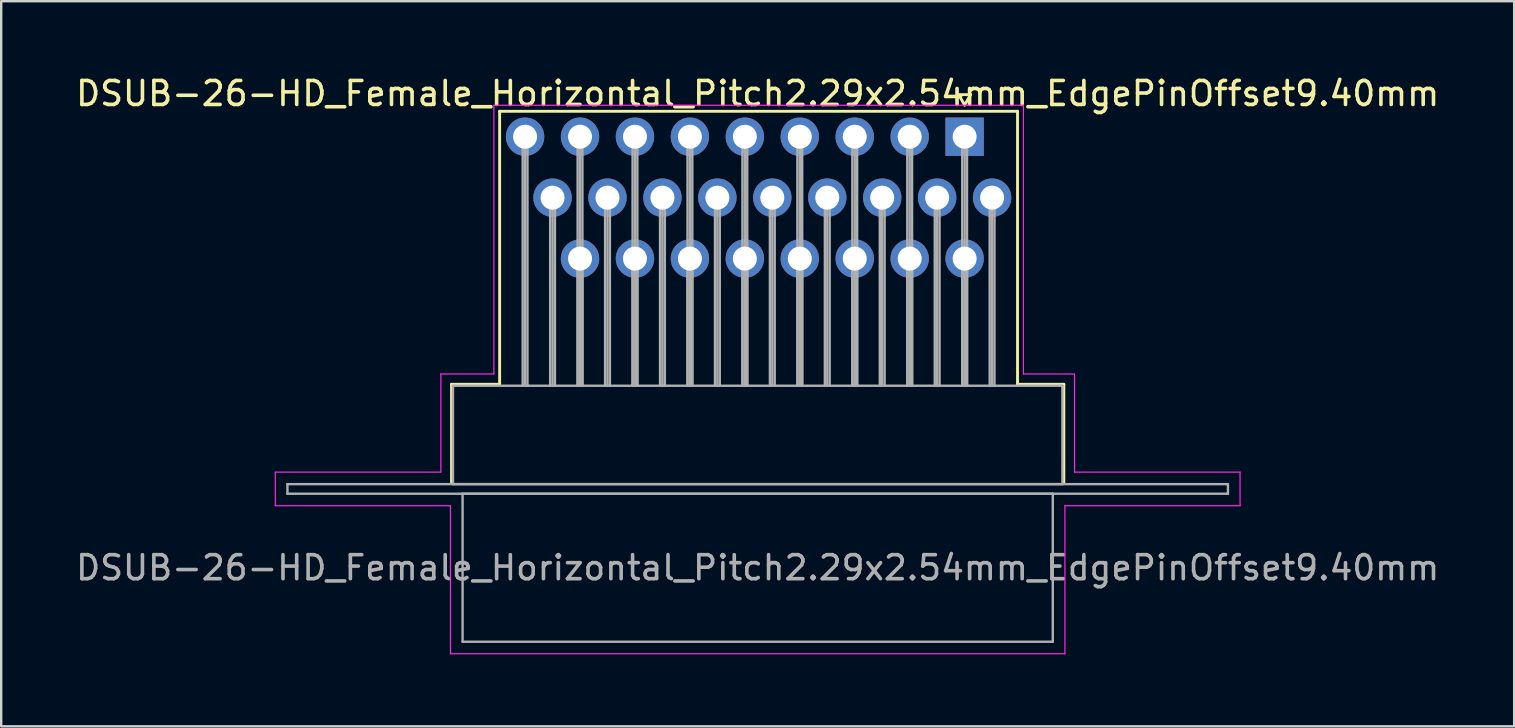
<source format=kicad_pcb>
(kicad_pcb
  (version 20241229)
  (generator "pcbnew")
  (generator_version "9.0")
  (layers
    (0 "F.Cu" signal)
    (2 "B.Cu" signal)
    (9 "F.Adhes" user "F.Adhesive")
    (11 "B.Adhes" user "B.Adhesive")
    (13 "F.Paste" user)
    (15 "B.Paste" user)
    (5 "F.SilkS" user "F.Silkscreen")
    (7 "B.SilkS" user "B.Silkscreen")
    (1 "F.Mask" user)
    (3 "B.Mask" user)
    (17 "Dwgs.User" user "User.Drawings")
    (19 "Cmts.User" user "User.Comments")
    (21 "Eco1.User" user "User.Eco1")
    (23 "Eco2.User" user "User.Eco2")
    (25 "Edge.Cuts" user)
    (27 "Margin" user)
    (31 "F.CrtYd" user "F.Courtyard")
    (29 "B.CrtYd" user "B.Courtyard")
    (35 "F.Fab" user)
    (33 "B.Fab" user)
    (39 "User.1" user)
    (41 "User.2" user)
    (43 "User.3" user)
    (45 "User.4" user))
  (footprint "DSUB-26-HD_Female_Horizontal_Pitch2.29x2.54mm_EdgePinOffset9.40mm"
    (layer "F.Cu")
    (at 37.155 2.648)
    (property "Reference" "DSUB-26-HD_Female_Horizontal_Pitch2.29x2.54mm_EdgePinOffset9.40mm" (at -8.625 -1.8 0) (layer "F.SilkS") (effects (font (size 1 1) (thickness 0.15))))
    (attr through_hole)
    (fp_line (start -21.385 10.32) (end -19.38 10.32) (stroke (width 0.12) (type solid)) (layer "F.SilkS"))
    (fp_line (start -21.385 14.42) (end -21.385 10.32) (stroke (width 0.12) (type solid)) (layer "F.SilkS"))
    (fp_line (start -19.38 -1.06) (end 2.205 -1.06) (stroke (width 0.12) (type solid)) (layer "F.SilkS"))
    (fp_line (start -19.38 10.32) (end -19.38 -1.06) (stroke (width 0.12) (type solid)) (layer "F.SilkS"))
    (fp_line (start -0.25 -1.754) (end 0.25 -1.754) (stroke (width 0.12) (type solid)) (layer "F.SilkS"))
    (fp_line (start 0 -1.321) (end -0.25 -1.754) (stroke (width 0.12) (type solid)) (layer "F.SilkS"))
    (fp_line (start 0.25 -1.754) (end 0 -1.321) (stroke (width 0.12) (type solid)) (layer "F.SilkS"))
    (fp_line (start 2.205 -1.06) (end 2.205 10.32) (stroke (width 0.12) (type solid)) (layer "F.SilkS"))
    (fp_line (start 2.205 10.32) (end 4.135 10.32) (stroke (width 0.12) (type solid)) (layer "F.SilkS"))
    (fp_line (start 4.135 10.32) (end 4.135 14.42) (stroke (width 0.12) (type solid)) (layer "F.SilkS"))
    (fp_line (start -28.73 13.98) (end -21.83 13.98) (stroke (width 0.05) (type solid)) (layer "F.CrtYd"))
    (fp_line (start -28.73 15.38) (end -28.73 13.98) (stroke (width 0.05) (type solid)) (layer "F.CrtYd"))
    (fp_line (start -21.83 9.89) (end -19.62 9.89) (stroke (width 0.05) (type solid)) (layer "F.CrtYd"))
    (fp_line (start -21.83 13.98) (end -21.83 9.89) (stroke (width 0.05) (type solid)) (layer "F.CrtYd"))
    (fp_line (start -21.43 15.38) (end -28.73 15.38) (stroke (width 0.05) (type solid)) (layer "F.CrtYd"))
    (fp_line (start -21.43 21.55) (end -21.43 15.38) (stroke (width 0.05) (type solid)) (layer "F.CrtYd"))
    (fp_line (start -19.62 -1.31) (end 2.45 -1.31) (stroke (width 0.05) (type solid)) (layer "F.CrtYd"))
    (fp_line (start -19.62 9.89) (end -19.62 -1.31) (stroke (width 0.05) (type solid)) (layer "F.CrtYd"))
    (fp_line (start 2.45 -1.31) (end 2.45 9.89) (stroke (width 0.05) (type solid)) (layer "F.CrtYd"))
    (fp_line (start 2.45 9.89) (end 4.58 9.89) (stroke (width 0.05) (type solid)) (layer "F.CrtYd"))
    (fp_line (start 4.18 15.38) (end 4.18 21.55) (stroke (width 0.05) (type solid)) (layer "F.CrtYd"))
    (fp_line (start 4.18 21.55) (end -21.43 21.55) (stroke (width 0.05) (type solid)) (layer "F.CrtYd"))
    (fp_line (start 4.58 9.89) (end 4.58 13.98) (stroke (width 0.05) (type solid)) (layer "F.CrtYd"))
    (fp_line (start 4.58 13.98) (end 11.48 13.98) (stroke (width 0.05) (type solid)) (layer "F.CrtYd"))
    (fp_line (start 11.48 13.98) (end 11.48 15.38) (stroke (width 0.05) (type solid)) (layer "F.CrtYd"))
    (fp_line (start 11.48 15.38) (end 4.18 15.38) (stroke (width 0.05) (type solid)) (layer "F.CrtYd"))
    (fp_line (start -28.225 14.48) (end -28.225 14.88) (stroke (width 0.1) (type solid)) (layer "F.Fab"))
    (fp_line (start -28.225 14.88) (end 10.975 14.88) (stroke (width 0.1) (type solid)) (layer "F.Fab"))
    (fp_line (start -21.325 10.38) (end -21.325 14.48) (stroke (width 0.1) (type solid)) (layer "F.Fab"))
    (fp_line (start -21.325 14.48) (end 4.075 14.48) (stroke (width 0.1) (type solid)) (layer "F.Fab"))
    (fp_line (start -20.925 14.88) (end -20.925 21.05) (stroke (width 0.1) (type solid)) (layer "F.Fab"))
    (fp_line (start -20.925 21.05) (end 3.675 21.05) (stroke (width 0.1) (type solid)) (layer "F.Fab"))
    (fp_line (start -18.42 0) (end -18.42 10.38) (stroke (width 0.1) (type solid)) (layer "F.Fab"))
    (fp_line (start -18.32 0) (end -18.32 10.38) (stroke (width 0.1) (type solid)) (layer "F.Fab"))
    (fp_line (start -18.22 0) (end -18.22 10.38) (stroke (width 0.1) (type solid)) (layer "F.Fab"))
    (fp_line (start -17.275 2.54) (end -17.275 10.38) (stroke (width 0.1) (type solid)) (layer "F.Fab"))
    (fp_line (start -17.175 2.54) (end -17.175 10.38) (stroke (width 0.1) (type solid)) (layer "F.Fab"))
    (fp_line (start -17.075 2.54) (end -17.075 10.38) (stroke (width 0.1) (type solid)) (layer "F.Fab"))
    (fp_line (start -16.13 0) (end -16.13 10.38) (stroke (width 0.1) (type solid)) (layer "F.Fab"))
    (fp_line (start -16.13 5.08) (end -16.13 10.38) (stroke (width 0.1) (type solid)) (layer "F.Fab"))
    (fp_line (start -16.03 0) (end -16.03 10.38) (stroke (width 0.1) (type solid)) (layer "F.Fab"))
    (fp_line (start -16.03 5.08) (end -16.03 10.38) (stroke (width 0.1) (type solid)) (layer "F.Fab"))
    (fp_line (start -15.93 0) (end -15.93 10.38) (stroke (width 0.1) (type solid)) (layer "F.Fab"))
    (fp_line (start -15.93 5.08) (end -15.93 10.38) (stroke (width 0.1) (type solid)) (layer "F.Fab"))
    (fp_line (start -14.985 2.54) (end -14.985 10.38) (stroke (width 0.1) (type solid)) (layer "F.Fab"))
    (fp_line (start -14.885 2.54) (end -14.885 10.38) (stroke (width 0.1) (type solid)) (layer "F.Fab"))
    (fp_line (start -14.785 2.54) (end -14.785 10.38) (stroke (width 0.1) (type solid)) (layer "F.Fab"))
    (fp_line (start -13.84 0) (end -13.84 10.38) (stroke (width 0.1) (type solid)) (layer "F.Fab"))
    (fp_line (start -13.84 5.08) (end -13.84 10.38) (stroke (width 0.1) (type solid)) (layer "F.Fab"))
    (fp_line (start -13.74 0) (end -13.74 10.38) (stroke (width 0.1) (type solid)) (layer "F.Fab"))
    (fp_line (start -13.74 5.08) (end -13.74 10.38) (stroke (width 0.1) (type solid)) (layer "F.Fab"))
    (fp_line (start -13.64 0) (end -13.64 10.38) (stroke (width 0.1) (type solid)) (layer "F.Fab"))
    (fp_line (start -13.64 5.08) (end -13.64 10.38) (stroke (width 0.1) (type solid)) (layer "F.Fab"))
    (fp_line (start -12.695 2.54) (end -12.695 10.38) (stroke (width 0.1) (type solid)) (layer "F.Fab"))
    (fp_line (start -12.595 2.54) (end -12.595 10.38) (stroke (width 0.1) (type solid)) (layer "F.Fab"))
    (fp_line (start -12.495 2.54) (end -12.495 10.38) (stroke (width 0.1) (type solid)) (layer "F.Fab"))
    (fp_line (start -11.55 0) (end -11.55 10.38) (stroke (width 0.1) (type solid)) (layer "F.Fab"))
    (fp_line (start -11.55 5.08) (end -11.55 10.38) (stroke (width 0.1) (type solid)) (layer "F.Fab"))
    (fp_line (start -11.45 0) (end -11.45 10.38) (stroke (width 0.1) (type solid)) (layer "F.Fab"))
    (fp_line (start -11.45 5.08) (end -11.45 10.38) (stroke (width 0.1) (type solid)) (layer "F.Fab"))
    (fp_line (start -11.35 0) (end -11.35 10.38) (stroke (width 0.1) (type solid)) (layer "F.Fab"))
    (fp_line (start -11.35 5.08) (end -11.35 10.38) (stroke (width 0.1) (type solid)) (layer "F.Fab"))
    (fp_line (start -10.405 2.54) (end -10.405 10.38) (stroke (width 0.1) (type solid)) (layer "F.Fab"))
    (fp_line (start -10.305 2.54) (end -10.305 10.38) (stroke (width 0.1) (type solid)) (layer "F.Fab"))
    (fp_line (start -10.205 2.54) (end -10.205 10.38) (stroke (width 0.1) (type solid)) (layer "F.Fab"))
    (fp_line (start -9.26 0) (end -9.26 10.38) (stroke (width 0.1) (type solid)) (layer "F.Fab"))
    (fp_line (start -9.26 5.08) (end -9.26 10.38) (stroke (width 0.1) (type solid)) (layer "F.Fab"))
    (fp_line (start -9.16 0) (end -9.16 10.38) (stroke (width 0.1) (type solid)) (layer "F.Fab"))
    (fp_line (start -9.16 5.08) (end -9.16 10.38) (stroke (width 0.1) (type solid)) (layer "F.Fab"))
    (fp_line (start -9.06 0) (end -9.06 10.38) (stroke (width 0.1) (type solid)) (layer "F.Fab"))
    (fp_line (start -9.06 5.08) (end -9.06 10.38) (stroke (width 0.1) (type solid)) (layer "F.Fab"))
    (fp_line (start -8.115 2.54) (end -8.115 10.38) (stroke (width 0.1) (type solid)) (layer "F.Fab"))
    (fp_line (start -8.015 2.54) (end -8.015 10.38) (stroke (width 0.1) (type solid)) (layer "F.Fab"))
    (fp_line (start -7.915 2.54) (end -7.915 10.38) (stroke (width 0.1) (type solid)) (layer "F.Fab"))
    (fp_line (start -6.97 0) (end -6.97 10.38) (stroke (width 0.1) (type solid)) (layer "F.Fab"))
    (fp_line (start -6.97 5.08) (end -6.97 10.38) (stroke (width 0.1) (type solid)) (layer "F.Fab"))
    (fp_line (start -6.87 0) (end -6.87 10.38) (stroke (width 0.1) (type solid)) (layer "F.Fab"))
    (fp_line (start -6.87 5.08) (end -6.87 10.38) (stroke (width 0.1) (type solid)) (layer "F.Fab"))
    (fp_line (start -6.77 0) (end -6.77 10.38) (stroke (width 0.1) (type solid)) (layer "F.Fab"))
    (fp_line (start -6.77 5.08) (end -6.77 10.38) (stroke (width 0.1) (type solid)) (layer "F.Fab"))
    (fp_line (start -5.825 2.54) (end -5.825 10.38) (stroke (width 0.1) (type solid)) (layer "F.Fab"))
    (fp_line (start -5.725 2.54) (end -5.725 10.38) (stroke (width 0.1) (type solid)) (layer "F.Fab"))
    (fp_line (start -5.625 2.54) (end -5.625 10.38) (stroke (width 0.1) (type solid)) (layer "F.Fab"))
    (fp_line (start -4.68 0) (end -4.68 10.38) (stroke (width 0.1) (type solid)) (layer "F.Fab"))
    (fp_line (start -4.68 5.08) (end -4.68 10.38) (stroke (width 0.1) (type solid)) (layer "F.Fab"))
    (fp_line (start -4.58 0) (end -4.58 10.38) (stroke (width 0.1) (type solid)) (layer "F.Fab"))
    (fp_line (start -4.58 5.08) (end -4.58 10.38) (stroke (width 0.1) (type solid)) (layer "F.Fab"))
    (fp_line (start -4.48 0) (end -4.48 10.38) (stroke (width 0.1) (type solid)) (layer "F.Fab"))
    (fp_line (start -4.48 5.08) (end -4.48 10.38) (stroke (width 0.1) (type solid)) (layer "F.Fab"))
    (fp_line (start -3.535 2.54) (end -3.535 10.38) (stroke (width 0.1) (type solid)) (layer "F.Fab"))
    (fp_line (start -3.435 2.54) (end -3.435 10.38) (stroke (width 0.1) (type solid)) (layer "F.Fab"))
    (fp_line (start -3.335 2.54) (end -3.335 10.38) (stroke (width 0.1) (type solid)) (layer "F.Fab"))
    (fp_line (start -2.39 0) (end -2.39 10.38) (stroke (width 0.1) (type solid)) (layer "F.Fab"))
    (fp_line (start -2.39 5.08) (end -2.39 10.38) (stroke (width 0.1) (type solid)) (layer "F.Fab"))
    (fp_line (start -2.29 0) (end -2.29 10.38) (stroke (width 0.1) (type solid)) (layer "F.Fab"))
    (fp_line (start -2.29 5.08) (end -2.29 10.38) (stroke (width 0.1) (type solid)) (layer "F.Fab"))
    (fp_line (start -2.19 0) (end -2.19 10.38) (stroke (width 0.1) (type solid)) (layer "F.Fab"))
    (fp_line (start -2.19 5.08) (end -2.19 10.38) (stroke (width 0.1) (type solid)) (layer "F.Fab"))
    (fp_line (start -1.245 2.54) (end -1.245 10.38) (stroke (width 0.1) (type solid)) (layer "F.Fab"))
    (fp_line (start -1.145 2.54) (end -1.145 10.38) (stroke (width 0.1) (type solid)) (layer "F.Fab"))
    (fp_line (start -1.045 2.54) (end -1.045 10.38) (stroke (width 0.1) (type solid)) (layer "F.Fab"))
    (fp_line (start -0.1 0) (end -0.1 10.38) (stroke (width 0.1) (type solid)) (layer "F.Fab"))
    (fp_line (start -0.1 5.08) (end -0.1 10.38) (stroke (width 0.1) (type solid)) (layer "F.Fab"))
    (fp_line (start 0 0) (end 0 10.38) (stroke (width 0.1) (type solid)) (layer "F.Fab"))
    (fp_line (start 0 5.08) (end 0 10.38) (stroke (width 0.1) (type solid)) (layer "F.Fab"))
    (fp_line (start 0.1 0) (end 0.1 10.38) (stroke (width 0.1) (type solid)) (layer "F.Fab"))
    (fp_line (start 0.1 5.08) (end 0.1 10.38) (stroke (width 0.1) (type solid)) (layer "F.Fab"))
    (fp_line (start 1.045 2.54) (end 1.045 10.38) (stroke (width 0.1) (type solid)) (layer "F.Fab"))
    (fp_line (start 1.145 2.54) (end 1.145 10.38) (stroke (width 0.1) (type solid)) (layer "F.Fab"))
    (fp_line (start 1.245 2.54) (end 1.245 10.38) (stroke (width 0.1) (type solid)) (layer "F.Fab"))
    (fp_line (start 3.675 14.88) (end -20.925 14.88) (stroke (width 0.1) (type solid)) (layer "F.Fab"))
    (fp_line (start 3.675 21.05) (end 3.675 14.88) (stroke (width 0.1) (type solid)) (layer "F.Fab"))
    (fp_line (start 4.075 10.38) (end -21.325 10.38) (stroke (width 0.1) (type solid)) (layer "F.Fab"))
    (fp_line (start 4.075 14.48) (end 4.075 10.38) (stroke (width 0.1) (type solid)) (layer "F.Fab"))
    (fp_line (start 10.975 14.48) (end -28.225 14.48) (stroke (width 0.1) (type solid)) (layer "F.Fab"))
    (fp_line (start 10.975 14.88) (end 10.975 14.48) (stroke (width 0.1) (type solid)) (layer "F.Fab"))
    (fp_text user "${REFERENCE}" (at -8.625 17.965 0) (layer "F.Fab") (effects (font (size 1 1) (thickness 0.15))))
    (pad "1" thru_hole rect (at 0 0) (size 1.6 1.6) (drill 1) (layers "*.Cu" "*.Mask"))
    (pad "2" thru_hole circle (at -2.29 0) (size 1.6 1.6) (drill 1) (layers "*.Cu" "*.Mask"))
    (pad "3" thru_hole circle (at -4.58 0) (size 1.6 1.6) (drill 1) (layers "*.Cu" "*.Mask"))
    (pad "4" thru_hole circle (at -6.87 0) (size 1.6 1.6) (drill 1) (layers "*.Cu" "*.Mask"))
    (pad "5" thru_hole circle (at -9.16 0) (size 1.6 1.6) (drill 1) (layers "*.Cu" "*.Mask"))
    (pad "6" thru_hole circle (at -11.45 0) (size 1.6 1.6) (drill 1) (layers "*.Cu" "*.Mask"))
    (pad "7" thru_hole circle (at -13.74 0) (size 1.6 1.6) (drill 1) (layers "*.Cu" "*.Mask"))
    (pad "8" thru_hole circle (at -16.03 0) (size 1.6 1.6) (drill 1) (layers "*.Cu" "*.Mask"))
    (pad "9" thru_hole circle (at -18.32 0) (size 1.6 1.6) (drill 1) (layers "*.Cu" "*.Mask"))
    (pad "10" thru_hole circle (at 1.145 2.54) (size 1.6 1.6) (drill 1) (layers "*.Cu" "*.Mask"))
    (pad "11" thru_hole circle (at -1.145 2.54) (size 1.6 1.6) (drill 1) (layers "*.Cu" "*.Mask"))
    (pad "12" thru_hole circle (at -3.435 2.54) (size 1.6 1.6) (drill 1) (layers "*.Cu" "*.Mask"))
    (pad "13" thru_hole circle (at -5.725 2.54) (size 1.6 1.6) (drill 1) (layers "*.Cu" "*.Mask"))
    (pad "14" thru_hole circle (at -8.015 2.54) (size 1.6 1.6) (drill 1) (layers "*.Cu" "*.Mask"))
    (pad "15" thru_hole circle (at -10.305 2.54) (size 1.6 1.6) (drill 1) (layers "*.Cu" "*.Mask"))
    (pad "16" thru_hole circle (at -12.595 2.54) (size 1.6 1.6) (drill 1) (layers "*.Cu" "*.Mask"))
    (pad "17" thru_hole circle (at -14.885 2.54) (size 1.6 1.6) (drill 1) (layers "*.Cu" "*.Mask"))
    (pad "18" thru_hole circle (at -17.175 2.54) (size 1.6 1.6) (drill 1) (layers "*.Cu" "*.Mask"))
    (pad "19" thru_hole circle (at 0 5.08) (size 1.6 1.6) (drill 1) (layers "*.Cu" "*.Mask"))
    (pad "20" thru_hole circle (at -2.29 5.08) (size 1.6 1.6) (drill 1) (layers "*.Cu" "*.Mask"))
    (pad "21" thru_hole circle (at -4.58 5.08) (size 1.6 1.6) (drill 1) (layers "*.Cu" "*.Mask"))
    (pad "22" thru_hole circle (at -6.87 5.08) (size 1.6 1.6) (drill 1) (layers "*.Cu" "*.Mask"))
    (pad "23" thru_hole circle (at -9.16 5.08) (size 1.6 1.6) (drill 1) (layers "*.Cu" "*.Mask"))
    (pad "24" thru_hole circle (at -11.45 5.08) (size 1.6 1.6) (drill 1) (layers "*.Cu" "*.Mask"))
    (pad "25" thru_hole circle (at -13.74 5.08) (size 1.6 1.6) (drill 1) (layers "*.Cu" "*.Mask"))
    (pad "26" thru_hole circle (at -16.03 5.08) (size 1.6 1.6) (drill 1) (layers "*.Cu" "*.Mask")))
  (gr_rect
    (start -3 -3)
    (end 60.06 27.223)
    (stroke (width 0.1) (type default))
    (fill no)
    (layer "Edge.Cuts")))
</source>
